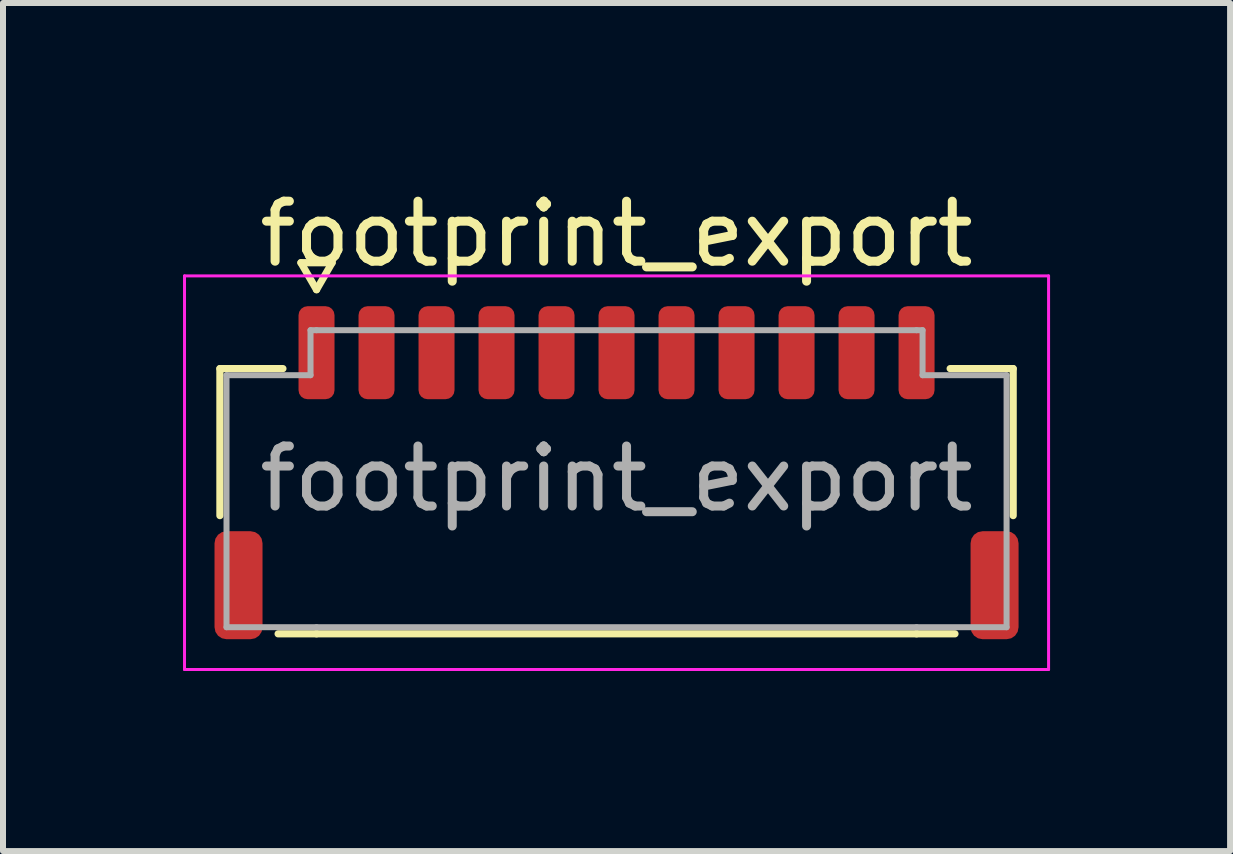
<source format=kicad_pcb>
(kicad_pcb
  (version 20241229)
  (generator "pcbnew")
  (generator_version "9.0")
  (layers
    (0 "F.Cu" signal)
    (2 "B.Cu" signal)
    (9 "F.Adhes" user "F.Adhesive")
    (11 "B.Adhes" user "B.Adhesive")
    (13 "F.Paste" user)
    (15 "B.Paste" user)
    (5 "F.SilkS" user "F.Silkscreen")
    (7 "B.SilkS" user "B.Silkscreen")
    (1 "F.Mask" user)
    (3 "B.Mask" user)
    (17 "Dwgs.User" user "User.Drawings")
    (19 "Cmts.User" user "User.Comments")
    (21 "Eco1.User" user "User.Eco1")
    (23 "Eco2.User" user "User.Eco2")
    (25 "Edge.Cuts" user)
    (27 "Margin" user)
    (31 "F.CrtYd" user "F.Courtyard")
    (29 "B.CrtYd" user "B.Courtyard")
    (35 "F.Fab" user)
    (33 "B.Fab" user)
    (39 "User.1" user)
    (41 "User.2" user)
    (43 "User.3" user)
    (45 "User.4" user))
  (footprint "footprint_export"
    (layer "F.Cu")
    (at 7.225 4.928)
    (property "Reference" "footprint_export" (at 0 -4.08 0) (layer "F.SilkS") (effects (font (size 1 1) (thickness 0.15))))
    (attr smd)
    (fp_line (start -6.61 -1.835) (end -5.56 -1.835) (stroke (width 0.12) (type solid)) (layer "F.SilkS"))
    (fp_line (start -6.61 0.615) (end -6.61 -1.835) (stroke (width 0.12) (type solid)) (layer "F.SilkS"))
    (fp_line (start -5.26 -3.6) (end -5 -3.15) (stroke (width 0.12) (type solid)) (layer "F.SilkS"))
    (fp_line (start -5 -3.15) (end -4.74 -3.6) (stroke (width 0.12) (type solid)) (layer "F.SilkS"))
    (fp_line (start -5 2.585) (end -5.64 2.585) (stroke (width 0.12) (type solid)) (layer "F.SilkS"))
    (fp_line (start -4.74 -3.6) (end -5.26 -3.6) (stroke (width 0.12) (type solid)) (layer "F.SilkS"))
    (fp_line (start 5 2.585) (end -5 2.585) (stroke (width 0.12) (type solid)) (layer "F.SilkS"))
    (fp_line (start 5.56 -1.835) (end 6.61 -1.835) (stroke (width 0.12) (type solid)) (layer "F.SilkS"))
    (fp_line (start 5.64 2.585) (end 5 2.585) (stroke (width 0.12) (type solid)) (layer "F.SilkS"))
    (fp_line (start 6.61 -1.835) (end 6.61 0.615) (stroke (width 0.12) (type solid)) (layer "F.SilkS"))
    (fp_line (start -7.2 -3.38) (end -7.2 3.18) (stroke (width 0.05) (type solid)) (layer "F.CrtYd"))
    (fp_line (start -7.2 3.18) (end 7.2 3.18) (stroke (width 0.05) (type solid)) (layer "F.CrtYd"))
    (fp_line (start 7.2 -3.38) (end -7.2 -3.38) (stroke (width 0.05) (type solid)) (layer "F.CrtYd"))
    (fp_line (start 7.2 3.18) (end 7.2 -3.38) (stroke (width 0.05) (type solid)) (layer "F.CrtYd"))
    (fp_line (start -6.5 -1.725) (end -5.1 -1.725) (stroke (width 0.1) (type solid)) (layer "F.Fab"))
    (fp_line (start -6.5 2.475) (end -6.5 -1.725) (stroke (width 0.1) (type solid)) (layer "F.Fab"))
    (fp_line (start -5.1 -2.475) (end -5 -2.475) (stroke (width 0.1) (type solid)) (layer "F.Fab"))
    (fp_line (start -5.1 -1.725) (end -5.1 -2.475) (stroke (width 0.1) (type solid)) (layer "F.Fab"))
    (fp_line (start -5 -2.475) (end 5 -2.475) (stroke (width 0.1) (type solid)) (layer "F.Fab"))
    (fp_line (start -5 2.475) (end -6.5 2.475) (stroke (width 0.1) (type solid)) (layer "F.Fab"))
    (fp_line (start 5 -2.475) (end 5.1 -2.475) (stroke (width 0.1) (type solid)) (layer "F.Fab"))
    (fp_line (start 5 2.475) (end -5 2.475) (stroke (width 0.1) (type solid)) (layer "F.Fab"))
    (fp_line (start 5.1 -2.475) (end 5.1 -1.725) (stroke (width 0.1) (type solid)) (layer "F.Fab"))
    (fp_line (start 5.1 -1.725) (end 6.5 -1.725) (stroke (width 0.1) (type solid)) (layer "F.Fab"))
    (fp_line (start 6.5 -1.725) (end 6.5 2.475) (stroke (width 0.1) (type solid)) (layer "F.Fab"))
    (fp_line (start 6.5 2.475) (end 5 2.475) (stroke (width 0.1) (type solid)) (layer "F.Fab"))
    (fp_text user "${REFERENCE}" (at 0 0 0) (layer "F.Fab") (effects (font (size 1 1) (thickness 0.15))))
    (pad "1" smd roundrect (at -5 -2.1) (size 0.6 1.55) (layers "F.Cu" "F.Mask" "F.Paste") (roundrect_rratio 0.25))
    (pad "2" smd roundrect (at -4 -2.1) (size 0.6 1.55) (layers "F.Cu" "F.Mask" "F.Paste") (roundrect_rratio 0.25))
    (pad "3" smd roundrect (at -3 -2.1) (size 0.6 1.55) (layers "F.Cu" "F.Mask" "F.Paste") (roundrect_rratio 0.25))
    (pad "4" smd roundrect (at -2 -2.1) (size 0.6 1.55) (layers "F.Cu" "F.Mask" "F.Paste") (roundrect_rratio 0.25))
    (pad "5" smd roundrect (at -1 -2.1) (size 0.6 1.55) (layers "F.Cu" "F.Mask" "F.Paste") (roundrect_rratio 0.25))
    (pad "6" smd roundrect (at 0 -2.1) (size 0.6 1.55) (layers "F.Cu" "F.Mask" "F.Paste") (roundrect_rratio 0.25))
    (pad "7" smd roundrect (at 1 -2.1) (size 0.6 1.55) (layers "F.Cu" "F.Mask" "F.Paste") (roundrect_rratio 0.25))
    (pad "8" smd roundrect (at 2 -2.1) (size 0.6 1.55) (layers "F.Cu" "F.Mask" "F.Paste") (roundrect_rratio 0.25))
    (pad "9" smd roundrect (at 3 -2.1) (size 0.6 1.55) (layers "F.Cu" "F.Mask" "F.Paste") (roundrect_rratio 0.25))
    (pad "10" smd roundrect (at 4 -2.1) (size 0.6 1.55) (layers "F.Cu" "F.Mask" "F.Paste") (roundrect_rratio 0.25))
    (pad "11" smd roundrect (at 5 -2.1) (size 0.6 1.55) (layers "F.Cu" "F.Mask" "F.Paste") (roundrect_rratio 0.25))
    (pad "MP" smd roundrect (at -6.3 1.775) (size 0.8 1.8) (layers "F.Cu" "F.Mask" "F.Paste") (roundrect_rratio 0.25))
    (pad "MP" smd roundrect (at 6.3 1.775) (size 0.8 1.8) (layers "F.Cu" "F.Mask" "F.Paste") (roundrect_rratio 0.25)))
  (gr_rect
    (start -3 -3)
    (end 17.45 11.133)
    (stroke (width 0.1) (type default))
    (fill no)
    (layer "Edge.Cuts")))
</source>
